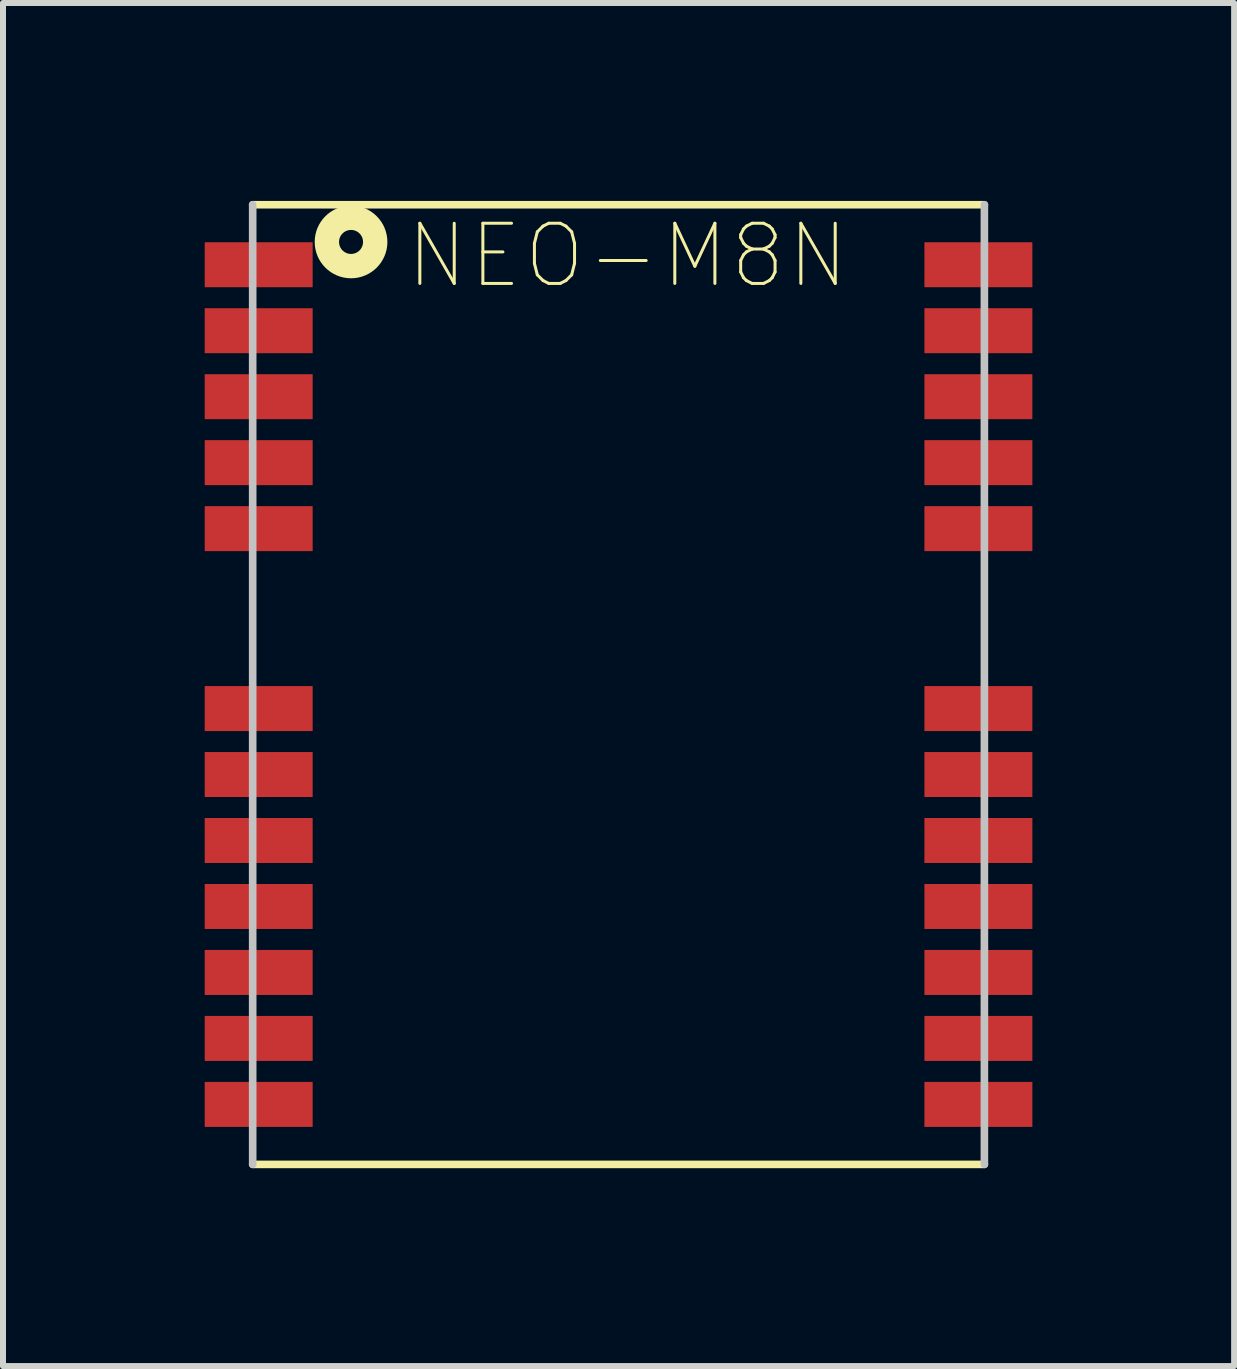
<source format=kicad_pcb>
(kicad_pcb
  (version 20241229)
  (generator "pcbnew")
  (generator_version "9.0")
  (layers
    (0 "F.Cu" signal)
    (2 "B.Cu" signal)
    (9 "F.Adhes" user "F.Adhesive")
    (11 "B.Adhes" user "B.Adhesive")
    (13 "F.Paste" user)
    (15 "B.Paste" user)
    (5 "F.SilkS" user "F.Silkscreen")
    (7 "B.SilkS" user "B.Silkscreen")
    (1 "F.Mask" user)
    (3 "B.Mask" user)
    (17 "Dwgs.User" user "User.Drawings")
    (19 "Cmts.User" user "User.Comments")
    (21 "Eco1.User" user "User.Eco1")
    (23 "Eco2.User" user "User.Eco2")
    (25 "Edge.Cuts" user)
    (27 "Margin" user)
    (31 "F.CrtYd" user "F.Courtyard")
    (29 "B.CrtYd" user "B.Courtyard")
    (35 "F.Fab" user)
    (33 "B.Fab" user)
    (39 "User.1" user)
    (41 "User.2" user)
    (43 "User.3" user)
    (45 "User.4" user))
  (footprint "NEO-M8N"
    (layer "F.Cu")
    (at 7.263 8.364)
    (property "Reference" "NEO-M8N" (at 0.15 -7.15 0) (layer "F.SilkS") (effects (font (size 1.003 1.003) (thickness 0.05))))
    (attr smd)
    (fp_line (start -6.1 8) (end 6.1 8) (stroke (width 0.127) (type solid)) (layer "F.SilkS"))
    (fp_line (start 6.1 -8) (end -6.1 -8) (stroke (width 0.127) (type solid)) (layer "F.SilkS"))
    (fp_circle (center -4.46 -7.38) (end -4.26 -7.38) (stroke (width 0.406) (type solid)) (fill no) (layer "F.SilkS"))
    (fp_line (start -6.1 -8) (end -6.1 8) (stroke (width 0.127) (type solid)) (layer "Dwgs.User"))
    (fp_line (start 6.1 8) (end 6.1 -8) (stroke (width 0.127) (type solid)) (layer "Dwgs.User"))
    (fp_line (start -7.2 -8.3) (end 7.2 -8.3) (stroke (width 0.127) (type solid)) (layer "Eco1.User"))
    (fp_line (start -7.2 8.3) (end -7.2 -8.3) (stroke (width 0.127) (type solid)) (layer "Eco1.User"))
    (fp_line (start 7.2 -8.3) (end 7.2 8.3) (stroke (width 0.127) (type solid)) (layer "Eco1.User"))
    (fp_line (start 7.2 8.3) (end -7.2 8.3) (stroke (width 0.127) (type solid)) (layer "Eco1.User"))
    (pad "1" smd rect (at 6 7) (size 1.8 0.75) (layers "F.Cu" "F.Mask" "F.Paste"))
    (pad "2" smd rect (at 6 5.9) (size 1.8 0.75) (layers "F.Cu" "F.Mask" "F.Paste"))
    (pad "3" smd rect (at 6 4.8) (size 1.8 0.75) (layers "F.Cu" "F.Mask" "F.Paste"))
    (pad "4" smd rect (at 6 3.7) (size 1.8 0.75) (layers "F.Cu" "F.Mask" "F.Paste"))
    (pad "5" smd rect (at 6 2.6) (size 1.8 0.75) (layers "F.Cu" "F.Mask" "F.Paste"))
    (pad "6" smd rect (at 6 1.5) (size 1.8 0.75) (layers "F.Cu" "F.Mask" "F.Paste"))
    (pad "7" smd rect (at 6 0.4) (size 1.8 0.75) (layers "F.Cu" "F.Mask" "F.Paste"))
    (pad "8" smd rect (at 6 -2.6) (size 1.8 0.75) (layers "F.Cu" "F.Mask" "F.Paste"))
    (pad "9" smd rect (at 6 -3.7) (size 1.8 0.75) (layers "F.Cu" "F.Mask" "F.Paste"))
    (pad "10" smd rect (at 6 -4.8) (size 1.8 0.75) (layers "F.Cu" "F.Mask" "F.Paste"))
    (pad "11" smd rect (at 6 -5.9) (size 1.8 0.75) (layers "F.Cu" "F.Mask" "F.Paste"))
    (pad "12" smd rect (at 6 -7) (size 1.8 0.75) (layers "F.Cu" "F.Mask" "F.Paste"))
    (pad "13" smd rect (at -6 -7) (size 1.8 0.75) (layers "F.Cu" "F.Mask" "F.Paste"))
    (pad "14" smd rect (at -6 -5.9) (size 1.8 0.75) (layers "F.Cu" "F.Mask" "F.Paste"))
    (pad "15" smd rect (at -6 -4.8) (size 1.8 0.75) (layers "F.Cu" "F.Mask" "F.Paste"))
    (pad "16" smd rect (at -6 -3.7) (size 1.8 0.75) (layers "F.Cu" "F.Mask" "F.Paste"))
    (pad "17" smd rect (at -6 -2.6) (size 1.8 0.75) (layers "F.Cu" "F.Mask" "F.Paste"))
    (pad "18" smd rect (at -6 0.4) (size 1.8 0.75) (layers "F.Cu" "F.Mask" "F.Paste"))
    (pad "19" smd rect (at -6 1.5) (size 1.8 0.75) (layers "F.Cu" "F.Mask" "F.Paste"))
    (pad "20" smd rect (at -6 2.6) (size 1.8 0.75) (layers "F.Cu" "F.Mask" "F.Paste"))
    (pad "21" smd rect (at -6 3.7) (size 1.8 0.75) (layers "F.Cu" "F.Mask" "F.Paste"))
    (pad "22" smd rect (at -6 4.8) (size 1.8 0.75) (layers "F.Cu" "F.Mask" "F.Paste"))
    (pad "23" smd rect (at -6 5.9) (size 1.8 0.75) (layers "F.Cu" "F.Mask" "F.Paste"))
    (pad "24" smd rect (at -6 7) (size 1.8 0.75) (layers "F.Cu" "F.Mask" "F.Paste")))
  (gr_rect
    (start -3 -3)
    (end 17.527 19.727)
    (stroke (width 0.1) (type default))
    (fill no)
    (layer "Edge.Cuts")))
</source>
